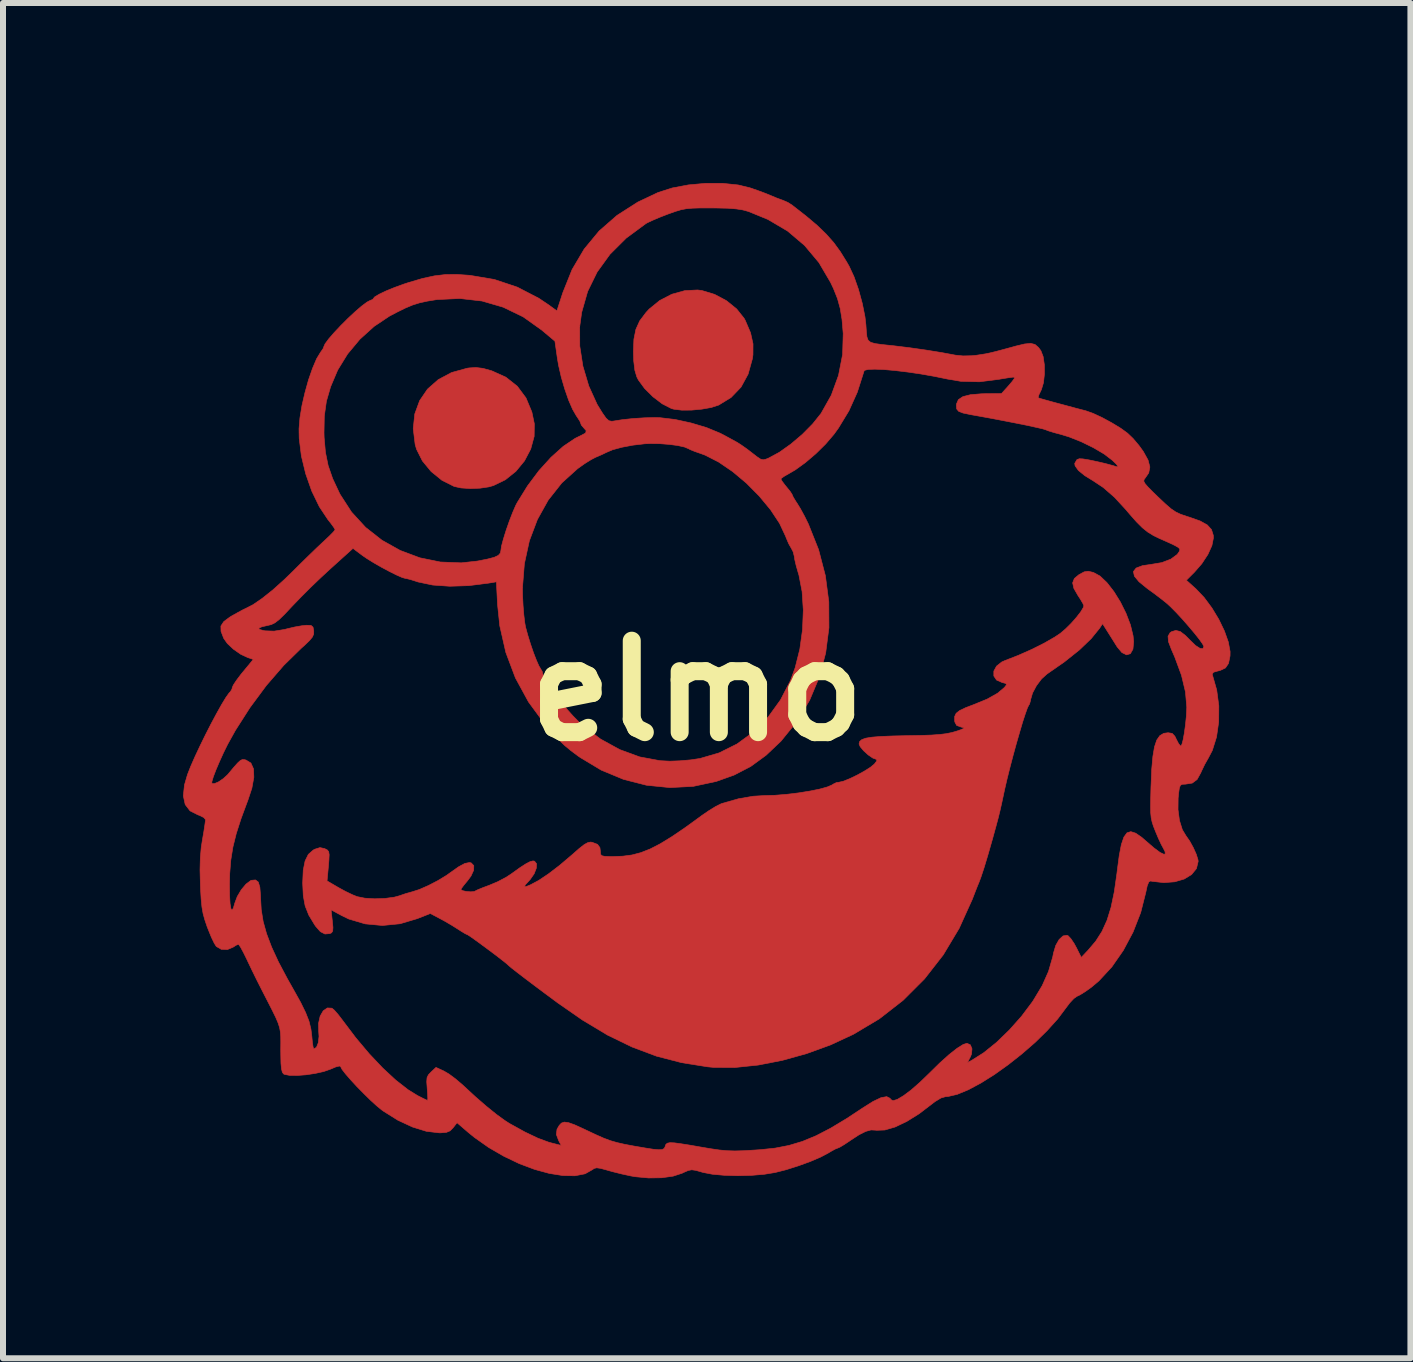
<source format=kicad_pcb>
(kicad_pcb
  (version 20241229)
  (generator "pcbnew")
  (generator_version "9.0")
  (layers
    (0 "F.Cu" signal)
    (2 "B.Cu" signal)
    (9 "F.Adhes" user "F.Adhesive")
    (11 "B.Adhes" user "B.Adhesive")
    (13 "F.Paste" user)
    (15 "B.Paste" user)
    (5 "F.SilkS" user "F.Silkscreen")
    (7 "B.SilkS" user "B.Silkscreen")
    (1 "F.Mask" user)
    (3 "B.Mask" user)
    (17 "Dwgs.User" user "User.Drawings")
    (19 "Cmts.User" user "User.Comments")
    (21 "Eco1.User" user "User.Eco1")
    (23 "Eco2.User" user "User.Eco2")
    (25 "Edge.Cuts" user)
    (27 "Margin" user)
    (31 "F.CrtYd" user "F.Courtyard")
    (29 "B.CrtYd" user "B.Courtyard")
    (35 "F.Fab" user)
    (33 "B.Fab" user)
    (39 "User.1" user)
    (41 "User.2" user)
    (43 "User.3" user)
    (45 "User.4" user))
  (footprint "elmo"
    (layer "F.Cu")
    (at 8.566 8.461)
    (property "Reference" "elmo" (at 0 0 0) (layer "F.SilkS") (effects (font (size 1.524 1.524) (thickness 0.3))))
    (attr through_hole)
    (fp_poly (pts (xy -3.569 -5.373) (xy -3.422 -5.332) (xy -3.422 -5.332) (xy -3.187 -5.226) (xy -2.996 -5.075) (xy -2.851 -4.88) (xy -2.753 -4.645) (xy -2.712 -4.449) (xy -2.715 -4.239) (xy -2.772 -4.029) (xy -2.876 -3.831) (xy -3.02 -3.656) (xy -3.195 -3.516) (xy -3.393 -3.42) (xy -3.469 -3.398) (xy -3.617 -3.376) (xy -3.78 -3.37) (xy -3.933 -3.38) (xy -4.048 -3.405) (xy -4.251 -3.507) (xy -4.431 -3.653) (xy -4.577 -3.83) (xy -4.675 -4.025) (xy -4.698 -4.105) (xy -4.73 -4.369) (xy -4.704 -4.614) (xy -4.623 -4.835) (xy -4.492 -5.027) (xy -4.313 -5.185) (xy -4.092 -5.303) (xy -3.832 -5.375) (xy -3.798 -5.38) (xy -3.685 -5.387) (xy -3.569 -5.373)) (stroke (width 0.01) (type solid)) (fill yes) (layer "F.Cu"))
    (fp_poly (pts (xy 0.08 -6.67) (xy 0.291 -6.606) (xy 0.49 -6.5) (xy 0.659 -6.363) (xy 0.784 -6.206) (xy 0.804 -6.169) (xy 0.891 -5.965) (xy 0.932 -5.781) (xy 0.931 -5.599) (xy 0.922 -5.534) (xy 0.85 -5.276) (xy 0.732 -5.06) (xy 0.567 -4.888) (xy 0.36 -4.761) (xy 0.237 -4.721) (xy 0.079 -4.693) (xy -0.091 -4.677) (xy -0.254 -4.676) (xy -0.386 -4.692) (xy -0.429 -4.704) (xy -0.581 -4.782) (xy -0.735 -4.899) (xy -0.874 -5.037) (xy -0.978 -5.179) (xy -1.004 -5.23) (xy -1.037 -5.34) (xy -1.056 -5.497) (xy -1.061 -5.652) (xy -1.053 -5.858) (xy -1.02 -6.022) (xy -0.956 -6.164) (xy -0.853 -6.301) (xy -0.799 -6.36) (xy -0.624 -6.503) (xy -0.421 -6.608) (xy -0.205 -6.668) (xy 0.007 -6.679) (xy 0.08 -6.67)) (stroke (width 0.01) (type solid)) (fill yes) (layer "F.Cu"))
    (fp_poly (pts (xy 6.604 -1.972) (xy 6.714 -1.912) (xy 6.83 -1.802) (xy 6.946 -1.653) (xy 7.054 -1.479) (xy 7.148 -1.29) (xy 7.221 -1.099) (xy 7.265 -0.918) (xy 7.275 -0.819) (xy 7.263 -0.693) (xy 7.22 -0.618) (xy 7.156 -0.599) (xy 7.079 -0.637) (xy 7.001 -0.73) (xy 6.931 -0.842) (xy 6.856 -0.961) (xy 6.839 -0.988) (xy 6.757 -1.118) (xy 6.708 -1.043) (xy 6.568 -0.87) (xy 6.371 -0.681) (xy 6.12 -0.481) (xy 5.831 -0.28) (xy 5.74 -0.198) (xy 5.655 -0.085) (xy 5.59 0.037) (xy 5.558 0.146) (xy 5.557 0.16) (xy 5.539 0.223) (xy 5.527 0.24) (xy 5.505 0.285) (xy 5.47 0.382) (xy 5.425 0.52) (xy 5.375 0.69) (xy 5.32 0.88) (xy 5.265 1.081) (xy 5.212 1.283) (xy 5.164 1.475) (xy 5.124 1.648) (xy 5.107 1.728) (xy 5.076 1.873) (xy 5.048 1.997) (xy 5.018 2.119) (xy 4.98 2.261) (xy 4.93 2.442) (xy 4.925 2.461) (xy 4.847 2.733) (xy 4.782 2.949) (xy 4.73 3.106) (xy 4.698 3.191) (xy 4.673 3.251) (xy 4.634 3.35) (xy 4.589 3.467) (xy 4.585 3.477) (xy 4.367 3.959) (xy 4.102 4.401) (xy 3.79 4.801) (xy 3.434 5.157) (xy 3.036 5.467) (xy 2.603 5.725) (xy 2.224 5.901) (xy 1.825 6.046) (xy 1.419 6.159) (xy 1.018 6.237) (xy 0.634 6.277) (xy 0.279 6.276) (xy 0.175 6.266) (xy -0.258 6.197) (xy -0.675 6.089) (xy -1.083 5.936) (xy -1.493 5.737) (xy -1.911 5.486) (xy -2.32 5.202) (xy -2.525 5.05) (xy -2.711 4.911) (xy -2.871 4.79) (xy -3 4.691) (xy -3.091 4.62) (xy -3.138 4.58) (xy -3.143 4.575) (xy -3.175 4.546) (xy -3.245 4.491) (xy -3.341 4.416) (xy -3.453 4.332) (xy -3.568 4.247) (xy -3.674 4.169) (xy -3.761 4.107) (xy -3.815 4.071) (xy -3.828 4.064) (xy -3.863 4.048) (xy -3.931 4.007) (xy -3.979 3.976) (xy -4.087 3.908) (xy -4.214 3.834) (xy -4.279 3.799) (xy -4.445 3.711) (xy -4.66 3.796) (xy -4.949 3.882) (xy -5.243 3.911) (xy -5.532 3.884) (xy -5.804 3.803) (xy -5.918 3.748) (xy -6.099 3.65) (xy -6.078 3.838) (xy -6.068 3.944) (xy -6.072 4.003) (xy -6.091 4.033) (xy -6.12 4.046) (xy -6.201 4.053) (xy -6.277 4.014) (xy -6.357 3.923) (xy -6.377 3.893) (xy -6.471 3.737) (xy -6.531 3.585) (xy -6.562 3.417) (xy -6.572 3.211) (xy -6.572 3.198) (xy -6.563 2.991) (xy -6.532 2.836) (xy -6.478 2.726) (xy -6.396 2.654) (xy -6.37 2.64) (xy -6.284 2.613) (xy -6.205 2.63) (xy -6.2 2.633) (xy -6.161 2.653) (xy -6.139 2.681) (xy -6.131 2.731) (xy -6.135 2.818) (xy -6.143 2.919) (xy -6.166 3.168) (xy -5.978 3.278) (xy -5.859 3.343) (xy -5.742 3.399) (xy -5.665 3.43) (xy -5.536 3.456) (xy -5.372 3.466) (xy -5.2 3.46) (xy -5.045 3.439) (xy -4.964 3.417) (xy -4.859 3.381) (xy -4.761 3.353) (xy -4.749 3.35) (xy -4.627 3.311) (xy -4.475 3.244) (xy -4.317 3.162) (xy -4.174 3.075) (xy -4.113 3.031) (xy -3.974 2.933) (xy -3.87 2.877) (xy -3.794 2.862) (xy -3.764 2.868) (xy -3.721 2.913) (xy -3.723 2.99) (xy -3.768 3.088) (xy -3.826 3.166) (xy -3.888 3.241) (xy -3.928 3.295) (xy -3.937 3.311) (xy -3.91 3.33) (xy -3.846 3.344) (xy -3.771 3.35) (xy -3.714 3.345) (xy -3.702 3.339) (xy -3.656 3.316) (xy -3.568 3.28) (xy -3.461 3.24) (xy -3.323 3.182) (xy -3.181 3.107) (xy -3.096 3.051) (xy -2.954 2.949) (xy -2.852 2.883) (xy -2.781 2.846) (xy -2.733 2.835) (xy -2.708 2.84) (xy -2.675 2.882) (xy -2.679 2.956) (xy -2.715 3.049) (xy -2.78 3.143) (xy -2.801 3.166) (xy -2.863 3.235) (xy -2.877 3.265) (xy -2.84 3.259) (xy -2.772 3.231) (xy -2.639 3.16) (xy -2.475 3.05) (xy -2.292 2.91) (xy -2.101 2.748) (xy -2.081 2.731) (xy -1.964 2.628) (xy -1.881 2.563) (xy -1.821 2.53) (xy -1.775 2.521) (xy -1.748 2.525) (xy -1.659 2.559) (xy -1.619 2.614) (xy -1.611 2.68) (xy -1.608 2.724) (xy -1.589 2.748) (xy -1.54 2.759) (xy -1.446 2.762) (xy -1.4 2.762) (xy -1.237 2.756) (xy -1.086 2.736) (xy -0.937 2.697) (xy -0.782 2.636) (xy -0.613 2.549) (xy -0.422 2.432) (xy -0.2 2.281) (xy 0.061 2.092) (xy 0.079 2.078) (xy 0.196 1.998) (xy 0.308 1.929) (xy 0.396 1.885) (xy 0.413 1.878) (xy 0.691 1.799) (xy 0.935 1.757) (xy 1.122 1.746) (xy 1.302 1.741) (xy 1.497 1.725) (xy 1.694 1.701) (xy 1.88 1.671) (xy 2.043 1.638) (xy 2.172 1.602) (xy 2.253 1.567) (xy 2.267 1.556) (xy 2.323 1.529) (xy 2.364 1.524) (xy 2.434 1.508) (xy 2.54 1.466) (xy 2.663 1.407) (xy 2.785 1.34) (xy 2.888 1.275) (xy 2.953 1.222) (xy 2.994 1.169) (xy 2.992 1.144) (xy 2.987 1.143) (xy 2.928 1.121) (xy 2.851 1.068) (xy 2.775 0.999) (xy 2.718 0.931) (xy 2.699 0.886) (xy 2.709 0.845) (xy 2.744 0.814) (xy 2.809 0.79) (xy 2.913 0.773) (xy 3.061 0.761) (xy 3.26 0.753) (xy 3.493 0.748) (xy 3.724 0.744) (xy 3.904 0.738) (xy 4.042 0.728) (xy 4.15 0.715) (xy 4.239 0.697) (xy 4.301 0.68) (xy 4.4 0.647) (xy 4.445 0.626) (xy 4.442 0.614) (xy 4.398 0.604) (xy 4.396 0.603) (xy 4.325 0.577) (xy 4.295 0.52) (xy 4.292 0.498) (xy 4.292 0.429) (xy 4.317 0.375) (xy 4.377 0.328) (xy 4.481 0.279) (xy 4.598 0.235) (xy 4.833 0.139) (xy 5.007 0.041) (xy 5.121 -0.055) (xy 5.156 -0.1) (xy 5.145 -0.122) (xy 5.083 -0.138) (xy 4.99 -0.179) (xy 4.945 -0.247) (xy 4.945 -0.328) (xy 4.99 -0.411) (xy 5.077 -0.48) (xy 5.133 -0.505) (xy 5.352 -0.59) (xy 5.575 -0.689) (xy 5.783 -0.793) (xy 5.959 -0.894) (xy 6.052 -0.956) (xy 6.139 -1.03) (xy 6.233 -1.123) (xy 6.322 -1.224) (xy 6.394 -1.317) (xy 6.437 -1.389) (xy 6.445 -1.417) (xy 6.428 -1.457) (xy 6.385 -1.53) (xy 6.349 -1.584) (xy 6.279 -1.706) (xy 6.258 -1.798) (xy 6.287 -1.872) (xy 6.367 -1.938) (xy 6.369 -1.938) (xy 6.451 -1.982) (xy 6.518 -1.992) (xy 6.604 -1.972)) (stroke (width 0.01) (type solid)) (fill yes) (layer "F.Cu"))
    (fp_poly (pts (xy 0.424 -8.456) (xy 0.685 -8.429) (xy 0.882 -8.381) (xy 1.012 -8.336) (xy 1.139 -8.289) (xy 1.222 -8.255) (xy 1.322 -8.213) (xy 1.411 -8.18) (xy 1.429 -8.174) (xy 1.514 -8.137) (xy 1.587 -8.09) (xy 1.816 -7.911) (xy 2.001 -7.755) (xy 2.151 -7.61) (xy 2.277 -7.468) (xy 2.387 -7.317) (xy 2.493 -7.146) (xy 2.534 -7.074) (xy 2.615 -6.9) (xy 2.69 -6.686) (xy 2.753 -6.455) (xy 2.798 -6.231) (xy 2.813 -6.099) (xy 2.821 -5.981) (xy 2.83 -5.897) (xy 2.85 -5.842) (xy 2.892 -5.807) (xy 2.964 -5.786) (xy 3.077 -5.77) (xy 3.241 -5.753) (xy 3.286 -5.748) (xy 3.539 -5.717) (xy 3.813 -5.678) (xy 4.079 -5.635) (xy 4.31 -5.592) (xy 4.314 -5.592) (xy 4.431 -5.58) (xy 4.573 -5.583) (xy 4.647 -5.59) (xy 4.733 -5.603) (xy 4.808 -5.615) (xy 4.885 -5.631) (xy 4.979 -5.654) (xy 5.103 -5.687) (xy 5.272 -5.733) (xy 5.311 -5.744) (xy 5.457 -5.779) (xy 5.559 -5.789) (xy 5.631 -5.771) (xy 5.689 -5.721) (xy 5.729 -5.667) (xy 5.767 -5.568) (xy 5.787 -5.431) (xy 5.788 -5.278) (xy 5.772 -5.133) (xy 5.737 -5.017) (xy 5.731 -5.005) (xy 5.696 -4.932) (xy 5.683 -4.887) (xy 5.685 -4.882) (xy 5.72 -4.87) (xy 5.809 -4.845) (xy 5.942 -4.808) (xy 6.111 -4.763) (xy 6.307 -4.71) (xy 6.477 -4.666) (xy 6.598 -4.623) (xy 6.749 -4.553) (xy 6.909 -4.466) (xy 7.059 -4.375) (xy 7.172 -4.293) (xy 7.264 -4.205) (xy 7.363 -4.088) (xy 7.436 -3.987) (xy 7.515 -3.844) (xy 7.545 -3.729) (xy 7.526 -3.63) (xy 7.469 -3.547) (xy 7.448 -3.519) (xy 7.444 -3.491) (xy 7.464 -3.453) (xy 7.513 -3.396) (xy 7.597 -3.311) (xy 7.684 -3.227) (xy 7.804 -3.114) (xy 7.895 -3.035) (xy 7.974 -2.981) (xy 8.056 -2.942) (xy 8.158 -2.907) (xy 8.207 -2.892) (xy 8.382 -2.83) (xy 8.501 -2.764) (xy 8.572 -2.686) (xy 8.602 -2.59) (xy 8.604 -2.546) (xy 8.579 -2.42) (xy 8.512 -2.272) (xy 8.41 -2.117) (xy 8.287 -1.976) (xy 8.153 -1.842) (xy 8.313 -1.698) (xy 8.45 -1.554) (xy 8.579 -1.38) (xy 8.694 -1.19) (xy 8.787 -0.997) (xy 8.852 -0.814) (xy 8.882 -0.654) (xy 8.881 -0.581) (xy 8.856 -0.457) (xy 8.805 -0.381) (xy 8.719 -0.34) (xy 8.679 -0.33) (xy 8.605 -0.309) (xy 8.584 -0.278) (xy 8.589 -0.258) (xy 8.659 -0.012) (xy 8.694 0.251) (xy 8.692 0.517) (xy 8.656 0.77) (xy 8.586 0.993) (xy 8.522 1.116) (xy 8.459 1.227) (xy 8.402 1.346) (xy 8.394 1.366) (xy 8.332 1.478) (xy 8.252 1.538) (xy 8.137 1.556) (xy 8.133 1.556) (xy 8.084 1.558) (xy 8.055 1.574) (xy 8.037 1.616) (xy 8.025 1.699) (xy 8.016 1.791) (xy 8.014 1.98) (xy 8.038 2.161) (xy 8.086 2.315) (xy 8.145 2.413) (xy 8.207 2.502) (xy 8.269 2.614) (xy 8.319 2.726) (xy 8.347 2.817) (xy 8.35 2.843) (xy 8.321 2.963) (xy 8.24 3.062) (xy 8.117 3.137) (xy 7.959 3.183) (xy 7.778 3.197) (xy 7.581 3.175) (xy 7.558 3.169) (xy 7.528 3.184) (xy 7.501 3.249) (xy 7.476 3.365) (xy 7.392 3.696) (xy 7.265 4.021) (xy 7.102 4.327) (xy 6.91 4.603) (xy 6.695 4.835) (xy 6.569 4.941) (xy 6.471 5.011) (xy 6.383 5.066) (xy 6.329 5.092) (xy 6.277 5.129) (xy 6.208 5.203) (xy 6.151 5.279) (xy 6.009 5.468) (xy 5.832 5.664) (xy 5.631 5.861) (xy 5.411 6.052) (xy 5.183 6.232) (xy 4.953 6.396) (xy 4.73 6.536) (xy 4.521 6.648) (xy 4.335 6.725) (xy 4.18 6.761) (xy 4.142 6.763) (xy 4.065 6.785) (xy 3.964 6.846) (xy 3.911 6.887) (xy 3.699 7.049) (xy 3.493 7.177) (xy 3.3 7.269) (xy 3.129 7.319) (xy 2.99 7.324) (xy 2.978 7.322) (xy 2.899 7.318) (xy 2.811 7.342) (xy 2.701 7.397) (xy 2.558 7.49) (xy 2.543 7.501) (xy 2.451 7.562) (xy 2.379 7.605) (xy 2.344 7.62) (xy 2.303 7.636) (xy 2.23 7.676) (xy 2.189 7.701) (xy 2.059 7.77) (xy 1.886 7.844) (xy 1.688 7.916) (xy 1.483 7.981) (xy 1.302 8.027) (xy 1.119 8.057) (xy 0.904 8.075) (xy 0.676 8.081) (xy 0.454 8.074) (xy 0.255 8.056) (xy 0.098 8.026) (xy 0.085 8.022) (xy -0.019 7.992) (xy -0.089 7.982) (xy -0.149 7.994) (xy -0.225 8.027) (xy -0.249 8.039) (xy -0.399 8.088) (xy -0.591 8.115) (xy -0.809 8.118) (xy -1.034 8.097) (xy -1.111 8.083) (xy -1.258 8.051) (xy -1.414 8.012) (xy -1.502 7.987) (xy -1.609 7.958) (xy -1.674 7.949) (xy -1.716 7.96) (xy -1.741 7.978) (xy -1.867 8.049) (xy -2.036 8.082) (xy -2.237 8.078) (xy -2.464 8.042) (xy -2.709 7.975) (xy -2.964 7.879) (xy -3.221 7.756) (xy -3.473 7.61) (xy -3.711 7.442) (xy -3.818 7.355) (xy -4 7.198) (xy -4.066 7.282) (xy -4.116 7.333) (xy -4.177 7.358) (xy -4.271 7.366) (xy -4.299 7.366) (xy -4.51 7.341) (xy -4.743 7.269) (xy -4.986 7.156) (xy -5.224 7.007) (xy -5.256 6.984) (xy -5.34 6.915) (xy -5.443 6.821) (xy -5.556 6.71) (xy -5.67 6.594) (xy -5.774 6.481) (xy -5.859 6.383) (xy -5.917 6.308) (xy -5.937 6.268) (xy -5.957 6.252) (xy -6.021 6.268) (xy -6.111 6.306) (xy -6.223 6.345) (xy -6.363 6.376) (xy -6.515 6.399) (xy -6.662 6.41) (xy -6.787 6.409) (xy -6.873 6.393) (xy -6.89 6.385) (xy -6.911 6.357) (xy -6.925 6.302) (xy -6.934 6.208) (xy -6.937 6.067) (xy -6.938 5.978) (xy -6.937 5.856) (xy -6.938 5.762) (xy -6.944 5.684) (xy -6.957 5.612) (xy -6.982 5.535) (xy -7.021 5.443) (xy -7.079 5.325) (xy -7.158 5.17) (xy -7.253 4.985) (xy -7.333 4.827) (xy -7.418 4.654) (xy -7.493 4.497) (xy -7.506 4.469) (xy -7.561 4.358) (xy -7.607 4.273) (xy -7.638 4.228) (xy -7.644 4.224) (xy -7.685 4.242) (xy -7.729 4.271) (xy -7.826 4.312) (xy -7.929 4.308) (xy -8.012 4.26) (xy -8.012 4.26) (xy -8.047 4.204) (xy -8.094 4.106) (xy -8.144 3.983) (xy -8.163 3.935) (xy -8.203 3.817) (xy -8.232 3.712) (xy -8.251 3.603) (xy -8.264 3.473) (xy -8.274 3.304) (xy -8.277 3.223) (xy -8.283 2.985) (xy -8.278 2.788) (xy -8.263 2.614) (xy -8.243 2.484) (xy -8.22 2.351) (xy -8.203 2.24) (xy -8.193 2.166) (xy -8.191 2.148) (xy -8.219 2.113) (xy -8.288 2.078) (xy -8.319 2.067) (xy -8.449 2.001) (xy -8.53 1.895) (xy -8.561 1.751) (xy -8.542 1.568) (xy -8.535 1.545) (xy -8.086 1.545) (xy -8.043 1.547) (xy -7.973 1.517) (xy -7.894 1.463) (xy -7.823 1.398) (xy -7.816 1.39) (xy -7.721 1.276) (xy -7.656 1.203) (xy -7.611 1.162) (xy -7.578 1.146) (xy -7.545 1.147) (xy -7.517 1.154) (xy -7.435 1.204) (xy -7.391 1.302) (xy -7.386 1.442) (xy -7.419 1.624) (xy -7.491 1.841) (xy -7.492 1.841) (xy -7.599 2.13) (xy -7.679 2.379) (xy -7.735 2.604) (xy -7.77 2.821) (xy -7.788 3.046) (xy -7.792 3.223) (xy -7.79 3.412) (xy -7.782 3.548) (xy -7.768 3.63) (xy -7.75 3.655) (xy -7.727 3.621) (xy -7.704 3.54) (xy -7.662 3.428) (xy -7.595 3.315) (xy -7.516 3.221) (xy -7.439 3.163) (xy -7.427 3.158) (xy -7.358 3.152) (xy -7.312 3.187) (xy -7.286 3.272) (xy -7.275 3.411) (xy -7.274 3.445) (xy -7.263 3.646) (xy -7.231 3.844) (xy -7.174 4.049) (xy -7.09 4.271) (xy -6.976 4.518) (xy -6.827 4.799) (xy -6.722 4.985) (xy -6.606 5.193) (xy -6.523 5.363) (xy -6.467 5.506) (xy -6.435 5.635) (xy -6.42 5.755) (xy -6.41 5.862) (xy -6.398 5.939) (xy -6.386 5.969) (xy -6.386 5.969) (xy -6.342 5.94) (xy -6.312 5.865) (xy -6.3 5.76) (xy -6.305 5.683) (xy -6.308 5.542) (xy -6.281 5.422) (xy -6.23 5.333) (xy -6.161 5.285) (xy -6.085 5.289) (xy -6.045 5.322) (xy -5.982 5.394) (xy -5.909 5.489) (xy -5.9 5.501) (xy -5.686 5.784) (xy -5.463 6.049) (xy -5.239 6.286) (xy -5.021 6.488) (xy -4.816 6.648) (xy -4.657 6.746) (xy -4.57 6.79) (xy -4.509 6.819) (xy -4.491 6.826) (xy -4.487 6.797) (xy -4.49 6.722) (xy -4.497 6.628) (xy -4.505 6.516) (xy -4.5 6.447) (xy -4.477 6.399) (xy -4.433 6.353) (xy -4.351 6.276) (xy -4.22 6.336) (xy -4.136 6.385) (xy -4.027 6.466) (xy -3.914 6.562) (xy -3.878 6.595) (xy -3.694 6.765) (xy -3.513 6.922) (xy -3.345 7.058) (xy -3.202 7.162) (xy -3.127 7.21) (xy -2.868 7.353) (xy -2.652 7.456) (xy -2.476 7.521) (xy -2.437 7.532) (xy -2.264 7.576) (xy -2.307 7.495) (xy -2.345 7.393) (xy -2.334 7.306) (xy -2.298 7.244) (xy -2.261 7.204) (xy -2.213 7.187) (xy -2.143 7.196) (xy -2.042 7.232) (xy -1.899 7.297) (xy -1.857 7.317) (xy -1.687 7.397) (xy -1.556 7.455) (xy -1.443 7.497) (xy -1.332 7.529) (xy -1.204 7.558) (xy -1.049 7.587) (xy -0.862 7.619) (xy -0.728 7.64) (xy -0.637 7.648) (xy -0.581 7.644) (xy -0.549 7.627) (xy -0.533 7.598) (xy -0.531 7.588) (xy -0.519 7.558) (xy -0.495 7.539) (xy -0.452 7.53) (xy -0.379 7.533) (xy -0.268 7.548) (xy -0.109 7.573) (xy 0.032 7.598) (xy 0.22 7.63) (xy 0.37 7.652) (xy 0.5 7.664) (xy 0.629 7.668) (xy 0.775 7.664) (xy 0.959 7.653) (xy 1.052 7.647) (xy 1.3 7.621) (xy 1.531 7.576) (xy 1.755 7.509) (xy 1.984 7.414) (xy 2.227 7.288) (xy 2.496 7.126) (xy 2.755 6.955) (xy 2.931 6.844) (xy 3.065 6.78) (xy 3.16 6.763) (xy 3.216 6.791) (xy 3.227 6.81) (xy 3.264 6.831) (xy 3.337 6.809) (xy 3.441 6.747) (xy 3.57 6.65) (xy 3.717 6.521) (xy 3.869 6.374) (xy 4.044 6.202) (xy 4.2 6.062) (xy 4.332 5.958) (xy 4.434 5.894) (xy 4.497 5.874) (xy 4.554 5.9) (xy 4.581 5.966) (xy 4.573 6.053) (xy 4.555 6.098) (xy 4.505 6.196) (xy 4.578 6.157) (xy 4.777 6.031) (xy 4.99 5.859) (xy 5.203 5.653) (xy 5.405 5.426) (xy 5.583 5.189) (xy 5.601 5.163) (xy 5.751 4.913) (xy 5.856 4.677) (xy 5.927 4.432) (xy 5.939 4.37) (xy 5.977 4.243) (xy 6.033 4.145) (xy 6.098 4.085) (xy 6.164 4.075) (xy 6.184 4.083) (xy 6.228 4.13) (xy 6.284 4.213) (xy 6.321 4.281) (xy 6.402 4.443) (xy 6.514 4.325) (xy 6.643 4.173) (xy 6.747 4.01) (xy 6.831 3.825) (xy 6.898 3.609) (xy 6.952 3.352) (xy 6.996 3.044) (xy 7.003 2.985) (xy 7.035 2.743) (xy 7.07 2.562) (xy 7.112 2.438) (xy 7.164 2.367) (xy 7.228 2.347) (xy 7.309 2.373) (xy 7.409 2.442) (xy 7.472 2.497) (xy 7.614 2.619) (xy 7.715 2.694) (xy 7.778 2.724) (xy 7.8 2.72) (xy 7.799 2.683) (xy 7.771 2.627) (xy 7.735 2.561) (xy 7.687 2.458) (xy 7.637 2.339) (xy 7.636 2.336) (xy 7.604 2.255) (xy 7.582 2.186) (xy 7.567 2.117) (xy 7.559 2.035) (xy 7.557 1.927) (xy 7.559 1.782) (xy 7.564 1.586) (xy 7.565 1.575) (xy 7.576 1.306) (xy 7.595 1.095) (xy 7.622 0.935) (xy 7.66 0.821) (xy 7.711 0.748) (xy 7.776 0.709) (xy 7.849 0.699) (xy 7.917 0.71) (xy 7.962 0.758) (xy 7.987 0.81) (xy 8.024 0.881) (xy 8.056 0.919) (xy 8.061 0.921) (xy 8.079 0.892) (xy 8.1 0.814) (xy 8.12 0.702) (xy 8.138 0.57) (xy 8.152 0.434) (xy 8.159 0.307) (xy 8.16 0.271) (xy 8.138 0.018) (xy 8.072 -0.258) (xy 7.959 -0.564) (xy 7.904 -0.69) (xy 7.855 -0.819) (xy 7.848 -0.909) (xy 7.882 -0.968) (xy 7.907 -0.985) (xy 7.978 -1.006) (xy 8.052 -0.987) (xy 8.137 -0.922) (xy 8.217 -0.841) (xy 8.307 -0.754) (xy 8.38 -0.707) (xy 8.429 -0.701) (xy 8.445 -0.738) (xy 8.424 -0.78) (xy 8.369 -0.858) (xy 8.288 -0.96) (xy 8.191 -1.075) (xy 8.087 -1.194) (xy 7.984 -1.305) (xy 7.893 -1.397) (xy 7.834 -1.452) (xy 7.738 -1.529) (xy 7.617 -1.621) (xy 7.501 -1.705) (xy 7.364 -1.817) (xy 7.287 -1.91) (xy 7.271 -1.987) (xy 7.316 -2.045) (xy 7.421 -2.085) (xy 7.558 -2.105) (xy 7.744 -2.136) (xy 7.895 -2.194) (xy 8.001 -2.272) (xy 8.032 -2.316) (xy 8.044 -2.343) (xy 8.042 -2.365) (xy 8.018 -2.389) (xy 7.962 -2.421) (xy 7.865 -2.467) (xy 7.719 -2.532) (xy 7.715 -2.533) (xy 7.604 -2.587) (xy 7.51 -2.645) (xy 7.42 -2.717) (xy 7.322 -2.815) (xy 7.204 -2.949) (xy 7.144 -3.02) (xy 6.956 -3.224) (xy 6.769 -3.387) (xy 6.605 -3.496) (xy 6.459 -3.586) (xy 6.354 -3.672) (xy 6.299 -3.749) (xy 6.293 -3.789) (xy 6.329 -3.851) (xy 6.37 -3.867) (xy 6.429 -3.864) (xy 6.532 -3.847) (xy 6.661 -3.82) (xy 6.799 -3.788) (xy 6.929 -3.753) (xy 7.001 -3.731) (xy 7.015 -3.738) (xy 6.985 -3.778) (xy 6.921 -3.84) (xy 6.784 -3.945) (xy 6.604 -4.051) (xy 6.402 -4.15) (xy 6.198 -4.231) (xy 6.064 -4.272) (xy 5.95 -4.302) (xy 5.856 -4.331) (xy 5.807 -4.35) (xy 5.759 -4.365) (xy 5.658 -4.388) (xy 5.514 -4.42) (xy 5.335 -4.456) (xy 5.131 -4.496) (xy 4.912 -4.538) (xy 4.686 -4.579) (xy 4.558 -4.602) (xy 4.433 -4.628) (xy 4.36 -4.656) (xy 4.326 -4.696) (xy 4.321 -4.756) (xy 4.323 -4.78) (xy 4.354 -4.851) (xy 4.43 -4.902) (xy 4.556 -4.934) (xy 4.737 -4.949) (xy 4.814 -4.951) (xy 5.073 -4.953) (xy 5.19 -5.083) (xy 5.252 -5.156) (xy 5.289 -5.208) (xy 5.295 -5.225) (xy 5.26 -5.226) (xy 5.178 -5.215) (xy 5.067 -5.197) (xy 5.035 -5.191) (xy 4.705 -5.149) (xy 4.395 -5.157) (xy 4.175 -5.194) (xy 3.951 -5.24) (xy 3.724 -5.28) (xy 3.503 -5.312) (xy 3.296 -5.337) (xy 3.113 -5.353) (xy 2.962 -5.359) (xy 2.852 -5.355) (xy 2.791 -5.34) (xy 2.783 -5.33) (xy 2.67 -4.976) (xy 2.53 -4.665) (xy 2.355 -4.377) (xy 2.279 -4.272) (xy 2.143 -4.113) (xy 1.98 -3.952) (xy 1.804 -3.802) (xy 1.635 -3.68) (xy 1.532 -3.62) (xy 1.453 -3.575) (xy 1.404 -3.54) (xy 1.397 -3.529) (xy 1.416 -3.493) (xy 1.464 -3.429) (xy 1.491 -3.396) (xy 1.548 -3.326) (xy 1.582 -3.275) (xy 1.586 -3.264) (xy 1.603 -3.226) (xy 1.645 -3.157) (xy 1.669 -3.121) (xy 1.724 -3.031) (xy 1.791 -2.908) (xy 1.854 -2.78) (xy 1.855 -2.778) (xy 2.025 -2.351) (xy 2.138 -1.917) (xy 2.195 -1.482) (xy 2.197 -1.051) (xy 2.143 -0.631) (xy 2.036 -0.226) (xy 1.875 0.158) (xy 1.661 0.515) (xy 1.399 0.838) (xy 1.149 1.075) (xy 0.894 1.261) (xy 0.616 1.405) (xy 0.318 1.511) (xy -0.065 1.593) (xy -0.454 1.613) (xy -0.843 1.574) (xy -1.226 1.476) (xy -1.597 1.322) (xy -1.948 1.111) (xy -1.983 1.087) (xy -2.106 0.995) (xy -2.208 0.91) (xy -2.304 0.817) (xy -2.41 0.702) (xy -2.537 0.556) (xy -2.809 0.186) (xy -3.027 -0.214) (xy -3.187 -0.639) (xy -3.288 -1.083) (xy -3.325 -1.438) (xy -3.339 -1.715) (xy -2.91 -1.715) (xy -2.908 -1.587) (xy -2.9 -1.423) (xy -2.887 -1.264) (xy -2.871 -1.132) (xy -2.859 -1.064) (xy -2.821 -0.926) (xy -2.775 -0.777) (xy -2.725 -0.631) (xy -2.676 -0.505) (xy -2.635 -0.413) (xy -2.614 -0.379) (xy -2.579 -0.318) (xy -2.572 -0.287) (xy -2.551 -0.223) (xy -2.495 -0.123) (xy -2.41 0.001) (xy -2.306 0.139) (xy -2.191 0.281) (xy -2.072 0.415) (xy -1.958 0.531) (xy -1.914 0.572) (xy -1.611 0.803) (xy -1.289 0.98) (xy -0.956 1.102) (xy -0.617 1.165) (xy -0.455 1.173) (xy -0.288 1.167) (xy -0.104 1.151) (xy 0.049 1.128) (xy 0.367 1.035) (xy 0.666 0.886) (xy 0.94 0.686) (xy 1.183 0.439) (xy 1.39 0.152) (xy 1.556 -0.17) (xy 1.634 -0.384) (xy 1.712 -0.693) (xy 1.757 -1.019) (xy 1.77 -1.344) (xy 1.75 -1.653) (xy 1.697 -1.928) (xy 1.684 -1.971) (xy 1.651 -2.086) (xy 1.628 -2.184) (xy 1.62 -2.239) (xy 1.601 -2.315) (xy 1.571 -2.373) (xy 1.528 -2.448) (xy 1.485 -2.548) (xy 1.477 -2.571) (xy 1.375 -2.789) (xy 1.224 -3.017) (xy 1.036 -3.244) (xy 0.822 -3.46) (xy 0.593 -3.652) (xy 0.36 -3.811) (xy 0.135 -3.926) (xy 0.062 -3.953) (xy -0.039 -3.988) (xy -0.115 -4.019) (xy -0.143 -4.034) (xy -0.21 -4.062) (xy -0.323 -4.087) (xy -0.467 -4.106) (xy -0.625 -4.118) (xy -0.779 -4.12) (xy -0.871 -4.116) (xy -1.069 -4.093) (xy -1.254 -4.058) (xy -1.409 -4.016) (xy -1.512 -3.972) (xy -1.582 -3.938) (xy -1.673 -3.898) (xy -1.683 -3.895) (xy -1.764 -3.853) (xy -1.872 -3.786) (xy -1.983 -3.707) (xy -1.988 -3.704) (xy -2.255 -3.463) (xy -2.481 -3.177) (xy -2.661 -2.854) (xy -2.795 -2.499) (xy -2.878 -2.117) (xy -2.91 -1.715) (xy -3.339 -1.715) (xy -3.344 -1.816) (xy -3.474 -1.794) (xy -3.806 -1.752) (xy -4.12 -1.742) (xy -4.406 -1.762) (xy -4.649 -1.813) (xy -4.685 -1.825) (xy -4.777 -1.854) (xy -4.846 -1.871) (xy -4.863 -1.873) (xy -4.917 -1.889) (xy -5.01 -1.93) (xy -5.13 -1.99) (xy -5.261 -2.06) (xy -5.39 -2.134) (xy -5.503 -2.204) (xy -5.573 -2.252) (xy -5.734 -2.373) (xy -6.113 -2.031) (xy -6.271 -1.885) (xy -6.438 -1.725) (xy -6.596 -1.567) (xy -6.728 -1.43) (xy -6.756 -1.401) (xy -6.876 -1.273) (xy -6.966 -1.186) (xy -7.036 -1.132) (xy -7.096 -1.103) (xy -7.137 -1.093) (xy -7.251 -1.067) (xy -7.303 -1.044) (xy -7.292 -1.022) (xy -7.217 -1.002) (xy -7.196 -0.999) (xy -7.047 -0.994) (xy -6.874 -1.022) (xy -6.832 -1.033) (xy -6.705 -1.063) (xy -6.585 -1.084) (xy -6.509 -1.092) (xy -6.433 -1.089) (xy -6.4 -1.061) (xy -6.388 -0.999) (xy -6.389 -0.946) (xy -6.41 -0.896) (xy -6.459 -0.837) (xy -6.545 -0.754) (xy -6.592 -0.713) (xy -6.887 -0.424) (xy -7.178 -0.088) (xy -7.45 0.279) (xy -7.693 0.659) (xy -7.823 0.893) (xy -7.894 1.037) (xy -7.96 1.183) (xy -8.018 1.319) (xy -8.061 1.432) (xy -8.085 1.512) (xy -8.086 1.545) (xy -8.535 1.545) (xy -8.492 1.397) (xy -8.439 1.262) (xy -8.368 1.1) (xy -8.284 0.921) (xy -8.193 0.735) (xy -8.099 0.551) (xy -8.007 0.379) (xy -7.923 0.229) (xy -7.852 0.112) (xy -7.798 0.036) (xy -7.776 0.014) (xy -7.75 -0.03) (xy -7.747 -0.05) (xy -7.728 -0.095) (xy -7.677 -0.173) (xy -7.603 -0.271) (xy -7.571 -0.31) (xy -7.395 -0.523) (xy -7.484 -0.552) (xy -7.604 -0.608) (xy -7.726 -0.693) (xy -7.829 -0.79) (xy -7.888 -0.874) (xy -7.933 -0.991) (xy -7.935 -1.079) (xy -7.887 -1.153) (xy -7.786 -1.228) (xy -7.755 -1.247) (xy -7.653 -1.304) (xy -7.568 -1.35) (xy -7.522 -1.372) (xy -7.399 -1.435) (xy -7.245 -1.541) (xy -7.068 -1.682) (xy -6.877 -1.854) (xy -6.745 -1.982) (xy -6.606 -2.12) (xy -6.467 -2.256) (xy -6.34 -2.379) (xy -6.239 -2.474) (xy -6.213 -2.498) (xy -6.127 -2.579) (xy -6.063 -2.644) (xy -6.033 -2.681) (xy -6.032 -2.684) (xy -6.051 -2.719) (xy -6.099 -2.786) (xy -6.152 -2.853) (xy -6.295 -3.068) (xy -6.421 -3.328) (xy -6.522 -3.616) (xy -6.594 -3.913) (xy -6.63 -4.204) (xy -6.632 -4.299) (xy -6.217 -4.299) (xy -6.215 -4.223) (xy -6.193 -3.974) (xy -6.148 -3.753) (xy -6.073 -3.536) (xy -5.962 -3.299) (xy -5.947 -3.27) (xy -5.758 -2.978) (xy -5.524 -2.723) (xy -5.25 -2.508) (xy -4.946 -2.338) (xy -4.62 -2.216) (xy -4.278 -2.146) (xy -3.929 -2.132) (xy -3.665 -2.161) (xy -3.496 -2.194) (xy -3.381 -2.224) (xy -3.312 -2.256) (xy -3.278 -2.295) (xy -3.27 -2.333) (xy -3.259 -2.411) (xy -3.227 -2.53) (xy -3.182 -2.674) (xy -3.129 -2.826) (xy -3.073 -2.971) (xy -3.021 -3.091) (xy -2.997 -3.136) (xy -2.826 -3.413) (xy -2.636 -3.667) (xy -2.434 -3.89) (xy -2.23 -4.073) (xy -2.031 -4.207) (xy -1.929 -4.257) (xy -1.858 -4.295) (xy -1.848 -4.335) (xy -1.889 -4.381) (xy -1.929 -4.428) (xy -1.937 -4.451) (xy -1.954 -4.494) (xy -1.998 -4.562) (xy -2.012 -4.582) (xy -2.074 -4.69) (xy -2.141 -4.844) (xy -2.205 -5.028) (xy -2.263 -5.226) (xy -2.308 -5.422) (xy -2.328 -5.54) (xy -2.369 -5.826) (xy -2.589 -6.011) (xy -2.669 -6.068) (xy -1.956 -6.068) (xy -1.955 -5.745) (xy -1.903 -5.409) (xy -1.805 -5.079) (xy -1.666 -4.773) (xy -1.577 -4.628) (xy -1.516 -4.542) (xy -1.469 -4.5) (xy -1.422 -4.491) (xy -1.389 -4.495) (xy -1.244 -4.518) (xy -1.064 -4.537) (xy -0.874 -4.549) (xy -0.703 -4.553) (xy -0.619 -4.551) (xy -0.367 -4.521) (xy -0.101 -4.463) (xy 0.157 -4.386) (xy 0.382 -4.293) (xy 0.445 -4.261) (xy 0.546 -4.206) (xy 0.637 -4.156) (xy 0.667 -4.14) (xy 0.734 -4.097) (xy 0.828 -4.031) (xy 0.905 -3.972) (xy 0.998 -3.9) (xy 1.058 -3.86) (xy 1.103 -3.849) (xy 1.149 -3.86) (xy 1.197 -3.88) (xy 1.372 -3.975) (xy 1.563 -4.111) (xy 1.753 -4.272) (xy 1.925 -4.446) (xy 2.063 -4.618) (xy 2.066 -4.622) (xy 2.236 -4.924) (xy 2.357 -5.256) (xy 2.425 -5.604) (xy 2.435 -5.953) (xy 2.434 -5.964) (xy 2.415 -6.188) (xy 2.385 -6.371) (xy 2.34 -6.535) (xy 2.272 -6.705) (xy 2.224 -6.806) (xy 2.03 -7.136) (xy 1.791 -7.421) (xy 1.508 -7.661) (xy 1.181 -7.854) (xy 0.857 -7.987) (xy 0.762 -8.013) (xy 0.653 -8.03) (xy 0.514 -8.041) (xy 0.331 -8.045) (xy 0.238 -8.046) (xy 0.058 -8.046) (xy -0.075 -8.042) (xy -0.178 -8.033) (xy -0.268 -8.016) (xy -0.361 -7.988) (xy -0.473 -7.948) (xy -0.49 -7.942) (xy -0.624 -7.89) (xy -0.744 -7.839) (xy -0.831 -7.798) (xy -0.855 -7.784) (xy -1.181 -7.543) (xy -1.452 -7.273) (xy -1.666 -6.977) (xy -1.824 -6.654) (xy -1.923 -6.307) (xy -1.956 -6.068) (xy -2.669 -6.068) (xy -2.898 -6.231) (xy -3.231 -6.392) (xy -3.584 -6.495) (xy -3.953 -6.537) (xy -4.336 -6.519) (xy -4.495 -6.493) (xy -4.623 -6.465) (xy -4.739 -6.429) (xy -4.863 -6.377) (xy -5.011 -6.304) (xy -5.128 -6.242) (xy -5.381 -6.073) (xy -5.619 -5.858) (xy -5.825 -5.611) (xy -5.986 -5.349) (xy -5.998 -5.323) (xy -6.107 -5.066) (xy -6.177 -4.825) (xy -6.212 -4.577) (xy -6.217 -4.299) (xy -6.632 -4.299) (xy -6.633 -4.366) (xy -6.618 -4.548) (xy -6.584 -4.754) (xy -6.534 -4.969) (xy -6.475 -5.181) (xy -6.408 -5.373) (xy -6.34 -5.533) (xy -6.272 -5.645) (xy -6.265 -5.654) (xy -6.23 -5.705) (xy -6.223 -5.727) (xy -6.2 -5.78) (xy -6.139 -5.863) (xy -6.048 -5.968) (xy -5.938 -6.085) (xy -5.819 -6.204) (xy -5.699 -6.316) (xy -5.59 -6.41) (xy -5.5 -6.477) (xy -5.441 -6.508) (xy -5.433 -6.509) (xy -5.399 -6.527) (xy -5.397 -6.535) (xy -5.369 -6.566) (xy -5.292 -6.611) (xy -5.178 -6.665) (xy -5.038 -6.722) (xy -4.884 -6.778) (xy -4.81 -6.802) (xy -4.576 -6.871) (xy -4.378 -6.914) (xy -4.194 -6.936) (xy -4.004 -6.938) (xy -3.787 -6.923) (xy -3.378 -6.854) (xy -2.995 -6.726) (xy -2.638 -6.541) (xy -2.478 -6.434) (xy -2.336 -6.331) (xy -2.237 -6.635) (xy -2.083 -7.019) (xy -1.881 -7.361) (xy -1.632 -7.662) (xy -1.334 -7.922) (xy -0.987 -8.144) (xy -0.651 -8.303) (xy -0.414 -8.379) (xy -0.144 -8.43) (xy 0.142 -8.456) (xy 0.424 -8.456)) (stroke (width 0.01) (type solid)) (fill yes) (layer "F.Cu"))
    (fp_poly (pts (xy -3.569 -5.373) (xy -3.422 -5.332) (xy -3.422 -5.332) (xy -3.187 -5.226) (xy -2.996 -5.075) (xy -2.851 -4.88) (xy -2.753 -4.645) (xy -2.712 -4.449) (xy -2.715 -4.239) (xy -2.772 -4.029) (xy -2.876 -3.831) (xy -3.02 -3.656) (xy -3.195 -3.516) (xy -3.393 -3.42) (xy -3.469 -3.398) (xy -3.617 -3.376) (xy -3.78 -3.37) (xy -3.933 -3.38) (xy -4.048 -3.405) (xy -4.251 -3.507) (xy -4.431 -3.653) (xy -4.577 -3.83) (xy -4.675 -4.025) (xy -4.698 -4.105) (xy -4.73 -4.369) (xy -4.704 -4.614) (xy -4.623 -4.835) (xy -4.492 -5.027) (xy -4.313 -5.185) (xy -4.092 -5.303) (xy -3.832 -5.375) (xy -3.798 -5.38) (xy -3.685 -5.387) (xy -3.569 -5.373)) (stroke (width 0.01) (type solid)) (fill yes) (layer "F.Mask"))
    (fp_poly (pts (xy 0.08 -6.67) (xy 0.291 -6.606) (xy 0.49 -6.5) (xy 0.659 -6.363) (xy 0.784 -6.206) (xy 0.804 -6.169) (xy 0.891 -5.965) (xy 0.932 -5.781) (xy 0.931 -5.599) (xy 0.922 -5.534) (xy 0.85 -5.276) (xy 0.732 -5.06) (xy 0.567 -4.888) (xy 0.36 -4.761) (xy 0.237 -4.721) (xy 0.079 -4.693) (xy -0.091 -4.677) (xy -0.254 -4.676) (xy -0.386 -4.692) (xy -0.429 -4.704) (xy -0.581 -4.782) (xy -0.735 -4.899) (xy -0.874 -5.037) (xy -0.978 -5.179) (xy -1.004 -5.23) (xy -1.037 -5.34) (xy -1.056 -5.497) (xy -1.061 -5.652) (xy -1.053 -5.858) (xy -1.02 -6.022) (xy -0.956 -6.164) (xy -0.853 -6.301) (xy -0.799 -6.36) (xy -0.624 -6.503) (xy -0.421 -6.608) (xy -0.205 -6.668) (xy 0.007 -6.679) (xy 0.08 -6.67)) (stroke (width 0.01) (type solid)) (fill yes) (layer "F.Mask"))
    (fp_poly (pts (xy 6.604 -1.972) (xy 6.714 -1.912) (xy 6.83 -1.802) (xy 6.946 -1.653) (xy 7.054 -1.479) (xy 7.148 -1.29) (xy 7.221 -1.099) (xy 7.265 -0.918) (xy 7.275 -0.819) (xy 7.263 -0.693) (xy 7.22 -0.618) (xy 7.156 -0.599) (xy 7.079 -0.637) (xy 7.001 -0.73) (xy 6.931 -0.842) (xy 6.856 -0.961) (xy 6.839 -0.988) (xy 6.757 -1.118) (xy 6.708 -1.043) (xy 6.568 -0.87) (xy 6.371 -0.681) (xy 6.12 -0.481) (xy 5.831 -0.28) (xy 5.74 -0.198) (xy 5.655 -0.085) (xy 5.59 0.037) (xy 5.558 0.146) (xy 5.557 0.16) (xy 5.539 0.223) (xy 5.527 0.24) (xy 5.505 0.285) (xy 5.47 0.382) (xy 5.425 0.52) (xy 5.375 0.69) (xy 5.32 0.88) (xy 5.265 1.081) (xy 5.212 1.283) (xy 5.164 1.475) (xy 5.124 1.648) (xy 5.107 1.728) (xy 5.076 1.873) (xy 5.048 1.997) (xy 5.018 2.119) (xy 4.98 2.261) (xy 4.93 2.442) (xy 4.925 2.461) (xy 4.847 2.733) (xy 4.782 2.949) (xy 4.73 3.106) (xy 4.698 3.191) (xy 4.673 3.251) (xy 4.634 3.35) (xy 4.589 3.467) (xy 4.585 3.477) (xy 4.367 3.959) (xy 4.102 4.401) (xy 3.79 4.801) (xy 3.434 5.157) (xy 3.036 5.467) (xy 2.603 5.725) (xy 2.224 5.901) (xy 1.825 6.046) (xy 1.419 6.159) (xy 1.018 6.237) (xy 0.634 6.277) (xy 0.279 6.276) (xy 0.175 6.266) (xy -0.258 6.197) (xy -0.675 6.089) (xy -1.083 5.936) (xy -1.493 5.737) (xy -1.911 5.486) (xy -2.32 5.202) (xy -2.525 5.05) (xy -2.711 4.911) (xy -2.871 4.79) (xy -3 4.691) (xy -3.091 4.62) (xy -3.138 4.58) (xy -3.143 4.575) (xy -3.175 4.546) (xy -3.245 4.491) (xy -3.341 4.416) (xy -3.453 4.332) (xy -3.568 4.247) (xy -3.674 4.169) (xy -3.761 4.107) (xy -3.815 4.071) (xy -3.828 4.064) (xy -3.863 4.048) (xy -3.931 4.007) (xy -3.979 3.976) (xy -4.087 3.908) (xy -4.214 3.834) (xy -4.279 3.799) (xy -4.445 3.711) (xy -4.66 3.796) (xy -4.949 3.882) (xy -5.243 3.911) (xy -5.532 3.884) (xy -5.804 3.803) (xy -5.918 3.748) (xy -6.099 3.65) (xy -6.078 3.838) (xy -6.068 3.944) (xy -6.072 4.003) (xy -6.091 4.033) (xy -6.12 4.046) (xy -6.201 4.053) (xy -6.277 4.014) (xy -6.357 3.923) (xy -6.377 3.893) (xy -6.471 3.737) (xy -6.531 3.585) (xy -6.562 3.417) (xy -6.572 3.211) (xy -6.572 3.198) (xy -6.563 2.991) (xy -6.532 2.836) (xy -6.478 2.726) (xy -6.396 2.654) (xy -6.37 2.64) (xy -6.284 2.613) (xy -6.205 2.63) (xy -6.2 2.633) (xy -6.161 2.653) (xy -6.139 2.681) (xy -6.131 2.731) (xy -6.135 2.818) (xy -6.143 2.919) (xy -6.166 3.168) (xy -5.978 3.278) (xy -5.859 3.343) (xy -5.742 3.399) (xy -5.665 3.43) (xy -5.536 3.456) (xy -5.372 3.466) (xy -5.2 3.46) (xy -5.045 3.439) (xy -4.964 3.417) (xy -4.859 3.381) (xy -4.761 3.353) (xy -4.749 3.35) (xy -4.627 3.311) (xy -4.475 3.244) (xy -4.317 3.162) (xy -4.174 3.075) (xy -4.113 3.031) (xy -3.974 2.933) (xy -3.87 2.877) (xy -3.794 2.862) (xy -3.764 2.868) (xy -3.721 2.913) (xy -3.723 2.99) (xy -3.768 3.088) (xy -3.826 3.166) (xy -3.888 3.241) (xy -3.928 3.295) (xy -3.937 3.311) (xy -3.91 3.33) (xy -3.846 3.344) (xy -3.771 3.35) (xy -3.714 3.345) (xy -3.702 3.339) (xy -3.656 3.316) (xy -3.568 3.28) (xy -3.461 3.24) (xy -3.323 3.182) (xy -3.181 3.107) (xy -3.096 3.051) (xy -2.954 2.949) (xy -2.852 2.883) (xy -2.781 2.846) (xy -2.733 2.835) (xy -2.708 2.84) (xy -2.675 2.882) (xy -2.679 2.956) (xy -2.715 3.049) (xy -2.78 3.143) (xy -2.801 3.166) (xy -2.863 3.235) (xy -2.877 3.265) (xy -2.84 3.259) (xy -2.772 3.231) (xy -2.639 3.16) (xy -2.475 3.05) (xy -2.292 2.91) (xy -2.101 2.748) (xy -2.081 2.731) (xy -1.964 2.628) (xy -1.881 2.563) (xy -1.821 2.53) (xy -1.775 2.521) (xy -1.748 2.525) (xy -1.659 2.559) (xy -1.619 2.614) (xy -1.611 2.68) (xy -1.608 2.724) (xy -1.589 2.748) (xy -1.54 2.759) (xy -1.446 2.762) (xy -1.4 2.762) (xy -1.237 2.756) (xy -1.086 2.736) (xy -0.937 2.697) (xy -0.782 2.636) (xy -0.613 2.549) (xy -0.422 2.432) (xy -0.2 2.281) (xy 0.061 2.092) (xy 0.079 2.078) (xy 0.196 1.998) (xy 0.308 1.929) (xy 0.396 1.885) (xy 0.413 1.878) (xy 0.691 1.799) (xy 0.935 1.757) (xy 1.122 1.746) (xy 1.302 1.741) (xy 1.497 1.725) (xy 1.694 1.701) (xy 1.88 1.671) (xy 2.043 1.638) (xy 2.172 1.602) (xy 2.253 1.567) (xy 2.267 1.556) (xy 2.323 1.529) (xy 2.364 1.524) (xy 2.434 1.508) (xy 2.54 1.466) (xy 2.663 1.407) (xy 2.785 1.34) (xy 2.888 1.275) (xy 2.953 1.222) (xy 2.994 1.169) (xy 2.992 1.144) (xy 2.987 1.143) (xy 2.928 1.121) (xy 2.851 1.068) (xy 2.775 0.999) (xy 2.718 0.931) (xy 2.699 0.886) (xy 2.709 0.845) (xy 2.744 0.814) (xy 2.809 0.79) (xy 2.913 0.773) (xy 3.061 0.761) (xy 3.26 0.753) (xy 3.493 0.748) (xy 3.724 0.744) (xy 3.904 0.738) (xy 4.042 0.728) (xy 4.15 0.715) (xy 4.239 0.697) (xy 4.301 0.68) (xy 4.4 0.647) (xy 4.445 0.626) (xy 4.442 0.614) (xy 4.398 0.604) (xy 4.396 0.603) (xy 4.325 0.577) (xy 4.295 0.52) (xy 4.292 0.498) (xy 4.292 0.429) (xy 4.317 0.375) (xy 4.377 0.328) (xy 4.481 0.279) (xy 4.598 0.235) (xy 4.833 0.139) (xy 5.007 0.041) (xy 5.121 -0.055) (xy 5.156 -0.1) (xy 5.145 -0.122) (xy 5.083 -0.138) (xy 4.99 -0.179) (xy 4.945 -0.247) (xy 4.945 -0.328) (xy 4.99 -0.411) (xy 5.077 -0.48) (xy 5.133 -0.505) (xy 5.352 -0.59) (xy 5.575 -0.689) (xy 5.783 -0.793) (xy 5.959 -0.894) (xy 6.052 -0.956) (xy 6.139 -1.03) (xy 6.233 -1.123) (xy 6.322 -1.224) (xy 6.394 -1.317) (xy 6.437 -1.389) (xy 6.445 -1.417) (xy 6.428 -1.457) (xy 6.385 -1.53) (xy 6.349 -1.584) (xy 6.279 -1.706) (xy 6.258 -1.798) (xy 6.287 -1.872) (xy 6.367 -1.938) (xy 6.369 -1.938) (xy 6.451 -1.982) (xy 6.518 -1.992) (xy 6.604 -1.972)) (stroke (width 0.01) (type solid)) (fill yes) (layer "F.Mask"))
    (fp_poly (pts (xy 0.424 -8.456) (xy 0.685 -8.429) (xy 0.882 -8.381) (xy 1.012 -8.336) (xy 1.139 -8.289) (xy 1.222 -8.255) (xy 1.322 -8.213) (xy 1.411 -8.18) (xy 1.429 -8.174) (xy 1.514 -8.137) (xy 1.587 -8.09) (xy 1.816 -7.911) (xy 2.001 -7.755) (xy 2.151 -7.61) (xy 2.277 -7.468) (xy 2.387 -7.317) (xy 2.493 -7.146) (xy 2.534 -7.074) (xy 2.615 -6.9) (xy 2.69 -6.686) (xy 2.753 -6.455) (xy 2.798 -6.231) (xy 2.813 -6.099) (xy 2.821 -5.981) (xy 2.83 -5.897) (xy 2.85 -5.842) (xy 2.892 -5.807) (xy 2.964 -5.786) (xy 3.077 -5.77) (xy 3.241 -5.753) (xy 3.286 -5.748) (xy 3.539 -5.717) (xy 3.813 -5.678) (xy 4.079 -5.635) (xy 4.31 -5.592) (xy 4.314 -5.592) (xy 4.431 -5.58) (xy 4.573 -5.583) (xy 4.647 -5.59) (xy 4.733 -5.603) (xy 4.808 -5.615) (xy 4.885 -5.631) (xy 4.979 -5.654) (xy 5.103 -5.687) (xy 5.272 -5.733) (xy 5.311 -5.744) (xy 5.457 -5.779) (xy 5.559 -5.789) (xy 5.631 -5.771) (xy 5.689 -5.721) (xy 5.729 -5.667) (xy 5.767 -5.568) (xy 5.787 -5.431) (xy 5.788 -5.278) (xy 5.772 -5.133) (xy 5.737 -5.017) (xy 5.731 -5.005) (xy 5.696 -4.932) (xy 5.683 -4.887) (xy 5.685 -4.882) (xy 5.72 -4.87) (xy 5.809 -4.845) (xy 5.942 -4.808) (xy 6.111 -4.763) (xy 6.307 -4.71) (xy 6.477 -4.666) (xy 6.598 -4.623) (xy 6.749 -4.553) (xy 6.909 -4.466) (xy 7.059 -4.375) (xy 7.172 -4.293) (xy 7.264 -4.205) (xy 7.363 -4.088) (xy 7.436 -3.987) (xy 7.515 -3.844) (xy 7.545 -3.729) (xy 7.526 -3.63) (xy 7.469 -3.547) (xy 7.448 -3.519) (xy 7.444 -3.491) (xy 7.464 -3.453) (xy 7.513 -3.396) (xy 7.597 -3.311) (xy 7.684 -3.227) (xy 7.804 -3.114) (xy 7.895 -3.035) (xy 7.974 -2.981) (xy 8.056 -2.942) (xy 8.158 -2.907) (xy 8.207 -2.892) (xy 8.382 -2.83) (xy 8.501 -2.764) (xy 8.572 -2.686) (xy 8.602 -2.59) (xy 8.604 -2.546) (xy 8.579 -2.42) (xy 8.512 -2.272) (xy 8.41 -2.117) (xy 8.287 -1.976) (xy 8.153 -1.842) (xy 8.313 -1.698) (xy 8.45 -1.554) (xy 8.579 -1.38) (xy 8.694 -1.19) (xy 8.787 -0.997) (xy 8.852 -0.814) (xy 8.882 -0.654) (xy 8.881 -0.581) (xy 8.856 -0.457) (xy 8.805 -0.381) (xy 8.719 -0.34) (xy 8.679 -0.33) (xy 8.605 -0.309) (xy 8.584 -0.278) (xy 8.589 -0.258) (xy 8.659 -0.012) (xy 8.694 0.251) (xy 8.692 0.517) (xy 8.656 0.77) (xy 8.586 0.993) (xy 8.522 1.116) (xy 8.459 1.227) (xy 8.402 1.346) (xy 8.394 1.366) (xy 8.332 1.478) (xy 8.252 1.538) (xy 8.137 1.556) (xy 8.133 1.556) (xy 8.084 1.558) (xy 8.055 1.574) (xy 8.037 1.616) (xy 8.025 1.699) (xy 8.016 1.791) (xy 8.014 1.98) (xy 8.038 2.161) (xy 8.086 2.315) (xy 8.145 2.413) (xy 8.207 2.502) (xy 8.269 2.614) (xy 8.319 2.726) (xy 8.347 2.817) (xy 8.35 2.843) (xy 8.321 2.963) (xy 8.24 3.062) (xy 8.117 3.137) (xy 7.959 3.183) (xy 7.778 3.197) (xy 7.581 3.175) (xy 7.558 3.169) (xy 7.528 3.184) (xy 7.501 3.249) (xy 7.476 3.365) (xy 7.392 3.696) (xy 7.265 4.021) (xy 7.102 4.327) (xy 6.91 4.603) (xy 6.695 4.835) (xy 6.569 4.941) (xy 6.471 5.011) (xy 6.383 5.066) (xy 6.329 5.092) (xy 6.277 5.129) (xy 6.208 5.203) (xy 6.151 5.279) (xy 6.009 5.468) (xy 5.832 5.664) (xy 5.631 5.861) (xy 5.411 6.052) (xy 5.183 6.232) (xy 4.953 6.396) (xy 4.73 6.536) (xy 4.521 6.648) (xy 4.335 6.725) (xy 4.18 6.761) (xy 4.142 6.763) (xy 4.065 6.785) (xy 3.964 6.846) (xy 3.911 6.887) (xy 3.699 7.049) (xy 3.493 7.177) (xy 3.3 7.269) (xy 3.129 7.319) (xy 2.99 7.324) (xy 2.978 7.322) (xy 2.899 7.318) (xy 2.811 7.342) (xy 2.701 7.397) (xy 2.558 7.49) (xy 2.543 7.501) (xy 2.451 7.562) (xy 2.379 7.605) (xy 2.344 7.62) (xy 2.303 7.636) (xy 2.23 7.676) (xy 2.189 7.701) (xy 2.059 7.77) (xy 1.886 7.844) (xy 1.688 7.916) (xy 1.483 7.981) (xy 1.302 8.027) (xy 1.119 8.057) (xy 0.904 8.075) (xy 0.676 8.081) (xy 0.454 8.074) (xy 0.255 8.056) (xy 0.098 8.026) (xy 0.085 8.022) (xy -0.019 7.992) (xy -0.089 7.982) (xy -0.149 7.994) (xy -0.225 8.027) (xy -0.249 8.039) (xy -0.399 8.088) (xy -0.591 8.115) (xy -0.809 8.118) (xy -1.034 8.097) (xy -1.111 8.083) (xy -1.258 8.051) (xy -1.414 8.012) (xy -1.502 7.987) (xy -1.609 7.958) (xy -1.674 7.949) (xy -1.716 7.96) (xy -1.741 7.978) (xy -1.867 8.049) (xy -2.036 8.082) (xy -2.237 8.078) (xy -2.464 8.042) (xy -2.709 7.975) (xy -2.964 7.879) (xy -3.221 7.756) (xy -3.473 7.61) (xy -3.711 7.442) (xy -3.818 7.355) (xy -4 7.198) (xy -4.066 7.282) (xy -4.116 7.333) (xy -4.177 7.358) (xy -4.271 7.366) (xy -4.299 7.366) (xy -4.51 7.341) (xy -4.743 7.269) (xy -4.986 7.156) (xy -5.224 7.007) (xy -5.256 6.984) (xy -5.34 6.915) (xy -5.443 6.821) (xy -5.556 6.71) (xy -5.67 6.594) (xy -5.774 6.481) (xy -5.859 6.383) (xy -5.917 6.308) (xy -5.937 6.268) (xy -5.957 6.252) (xy -6.021 6.268) (xy -6.111 6.306) (xy -6.223 6.345) (xy -6.363 6.376) (xy -6.515 6.399) (xy -6.662 6.41) (xy -6.787 6.409) (xy -6.873 6.393) (xy -6.89 6.385) (xy -6.911 6.357) (xy -6.925 6.302) (xy -6.934 6.208) (xy -6.937 6.067) (xy -6.938 5.978) (xy -6.937 5.856) (xy -6.938 5.762) (xy -6.944 5.684) (xy -6.957 5.612) (xy -6.982 5.535) (xy -7.021 5.443) (xy -7.079 5.325) (xy -7.158 5.17) (xy -7.253 4.985) (xy -7.333 4.827) (xy -7.418 4.654) (xy -7.493 4.497) (xy -7.506 4.469) (xy -7.561 4.358) (xy -7.607 4.273) (xy -7.638 4.228) (xy -7.644 4.224) (xy -7.685 4.242) (xy -7.729 4.271) (xy -7.826 4.312) (xy -7.929 4.308) (xy -8.012 4.26) (xy -8.012 4.26) (xy -8.047 4.204) (xy -8.094 4.106) (xy -8.144 3.983) (xy -8.163 3.935) (xy -8.203 3.817) (xy -8.232 3.712) (xy -8.251 3.603) (xy -8.264 3.473) (xy -8.274 3.304) (xy -8.277 3.223) (xy -8.283 2.985) (xy -8.278 2.788) (xy -8.263 2.614) (xy -8.243 2.484) (xy -8.22 2.351) (xy -8.203 2.24) (xy -8.193 2.166) (xy -8.191 2.148) (xy -8.219 2.113) (xy -8.288 2.078) (xy -8.319 2.067) (xy -8.449 2.001) (xy -8.53 1.895) (xy -8.561 1.751) (xy -8.542 1.568) (xy -8.535 1.545) (xy -8.086 1.545) (xy -8.043 1.547) (xy -7.973 1.517) (xy -7.894 1.463) (xy -7.823 1.398) (xy -7.816 1.39) (xy -7.721 1.276) (xy -7.656 1.203) (xy -7.611 1.162) (xy -7.578 1.146) (xy -7.545 1.147) (xy -7.517 1.154) (xy -7.435 1.204) (xy -7.391 1.302) (xy -7.386 1.442) (xy -7.419 1.624) (xy -7.491 1.841) (xy -7.492 1.841) (xy -7.599 2.13) (xy -7.679 2.379) (xy -7.735 2.604) (xy -7.77 2.821) (xy -7.788 3.046) (xy -7.792 3.223) (xy -7.79 3.412) (xy -7.782 3.548) (xy -7.768 3.63) (xy -7.75 3.655) (xy -7.727 3.621) (xy -7.704 3.54) (xy -7.662 3.428) (xy -7.595 3.315) (xy -7.516 3.221) (xy -7.439 3.163) (xy -7.427 3.158) (xy -7.358 3.152) (xy -7.312 3.187) (xy -7.286 3.272) (xy -7.275 3.411) (xy -7.274 3.445) (xy -7.263 3.646) (xy -7.231 3.844) (xy -7.174 4.049) (xy -7.09 4.271) (xy -6.976 4.518) (xy -6.827 4.799) (xy -6.722 4.985) (xy -6.606 5.193) (xy -6.523 5.363) (xy -6.467 5.506) (xy -6.435 5.635) (xy -6.42 5.755) (xy -6.41 5.862) (xy -6.398 5.939) (xy -6.386 5.969) (xy -6.386 5.969) (xy -6.342 5.94) (xy -6.312 5.865) (xy -6.3 5.76) (xy -6.305 5.683) (xy -6.308 5.542) (xy -6.281 5.422) (xy -6.23 5.333) (xy -6.161 5.285) (xy -6.085 5.289) (xy -6.045 5.322) (xy -5.982 5.394) (xy -5.909 5.489) (xy -5.9 5.501) (xy -5.686 5.784) (xy -5.463 6.049) (xy -5.239 6.286) (xy -5.021 6.488) (xy -4.816 6.648) (xy -4.657 6.746) (xy -4.57 6.79) (xy -4.509 6.819) (xy -4.491 6.826) (xy -4.487 6.797) (xy -4.49 6.722) (xy -4.497 6.628) (xy -4.505 6.516) (xy -4.5 6.447) (xy -4.477 6.399) (xy -4.433 6.353) (xy -4.351 6.276) (xy -4.22 6.336) (xy -4.136 6.385) (xy -4.027 6.466) (xy -3.914 6.562) (xy -3.878 6.595) (xy -3.694 6.765) (xy -3.513 6.922) (xy -3.345 7.058) (xy -3.202 7.162) (xy -3.127 7.21) (xy -2.868 7.353) (xy -2.652 7.456) (xy -2.476 7.521) (xy -2.437 7.532) (xy -2.264 7.576) (xy -2.307 7.495) (xy -2.345 7.393) (xy -2.334 7.306) (xy -2.298 7.244) (xy -2.261 7.204) (xy -2.213 7.187) (xy -2.143 7.196) (xy -2.042 7.232) (xy -1.899 7.297) (xy -1.857 7.317) (xy -1.687 7.397) (xy -1.556 7.455) (xy -1.443 7.497) (xy -1.332 7.529) (xy -1.204 7.558) (xy -1.049 7.587) (xy -0.862 7.619) (xy -0.728 7.64) (xy -0.637 7.648) (xy -0.581 7.644) (xy -0.549 7.627) (xy -0.533 7.598) (xy -0.531 7.588) (xy -0.519 7.558) (xy -0.495 7.539) (xy -0.452 7.53) (xy -0.379 7.533) (xy -0.268 7.548) (xy -0.109 7.573) (xy 0.032 7.598) (xy 0.22 7.63) (xy 0.37 7.652) (xy 0.5 7.664) (xy 0.629 7.668) (xy 0.775 7.664) (xy 0.959 7.653) (xy 1.052 7.647) (xy 1.3 7.621) (xy 1.531 7.576) (xy 1.755 7.509) (xy 1.984 7.414) (xy 2.227 7.288) (xy 2.496 7.126) (xy 2.755 6.955) (xy 2.931 6.844) (xy 3.065 6.78) (xy 3.16 6.763) (xy 3.216 6.791) (xy 3.227 6.81) (xy 3.264 6.831) (xy 3.337 6.809) (xy 3.441 6.747) (xy 3.57 6.65) (xy 3.717 6.521) (xy 3.869 6.374) (xy 4.044 6.202) (xy 4.2 6.062) (xy 4.332 5.958) (xy 4.434 5.894) (xy 4.497 5.874) (xy 4.554 5.9) (xy 4.581 5.966) (xy 4.573 6.053) (xy 4.555 6.098) (xy 4.505 6.196) (xy 4.578 6.157) (xy 4.777 6.031) (xy 4.99 5.859) (xy 5.203 5.653) (xy 5.405 5.426) (xy 5.583 5.189) (xy 5.601 5.163) (xy 5.751 4.913) (xy 5.856 4.677) (xy 5.927 4.432) (xy 5.939 4.37) (xy 5.977 4.243) (xy 6.033 4.145) (xy 6.098 4.085) (xy 6.164 4.075) (xy 6.184 4.083) (xy 6.228 4.13) (xy 6.284 4.213) (xy 6.321 4.281) (xy 6.402 4.443) (xy 6.514 4.325) (xy 6.643 4.173) (xy 6.747 4.01) (xy 6.831 3.825) (xy 6.898 3.609) (xy 6.952 3.352) (xy 6.996 3.044) (xy 7.003 2.985) (xy 7.035 2.743) (xy 7.07 2.562) (xy 7.112 2.438) (xy 7.164 2.367) (xy 7.228 2.347) (xy 7.309 2.373) (xy 7.409 2.442) (xy 7.472 2.497) (xy 7.614 2.619) (xy 7.715 2.694) (xy 7.778 2.724) (xy 7.8 2.72) (xy 7.799 2.683) (xy 7.771 2.627) (xy 7.735 2.561) (xy 7.687 2.458) (xy 7.637 2.339) (xy 7.636 2.336) (xy 7.604 2.255) (xy 7.582 2.186) (xy 7.567 2.117) (xy 7.559 2.035) (xy 7.557 1.927) (xy 7.559 1.782) (xy 7.564 1.586) (xy 7.565 1.575) (xy 7.576 1.306) (xy 7.595 1.095) (xy 7.622 0.935) (xy 7.66 0.821) (xy 7.711 0.748) (xy 7.776 0.709) (xy 7.849 0.699) (xy 7.917 0.71) (xy 7.962 0.758) (xy 7.987 0.81) (xy 8.024 0.881) (xy 8.056 0.919) (xy 8.061 0.921) (xy 8.079 0.892) (xy 8.1 0.814) (xy 8.12 0.702) (xy 8.138 0.57) (xy 8.152 0.434) (xy 8.159 0.307) (xy 8.16 0.271) (xy 8.138 0.018) (xy 8.072 -0.258) (xy 7.959 -0.564) (xy 7.904 -0.69) (xy 7.855 -0.819) (xy 7.848 -0.909) (xy 7.882 -0.968) (xy 7.907 -0.985) (xy 7.978 -1.006) (xy 8.052 -0.987) (xy 8.137 -0.922) (xy 8.217 -0.841) (xy 8.307 -0.754) (xy 8.38 -0.707) (xy 8.429 -0.701) (xy 8.445 -0.738) (xy 8.424 -0.78) (xy 8.369 -0.858) (xy 8.288 -0.96) (xy 8.191 -1.075) (xy 8.087 -1.194) (xy 7.984 -1.305) (xy 7.893 -1.397) (xy 7.834 -1.452) (xy 7.738 -1.529) (xy 7.617 -1.621) (xy 7.501 -1.705) (xy 7.364 -1.817) (xy 7.287 -1.91) (xy 7.271 -1.987) (xy 7.316 -2.045) (xy 7.421 -2.085) (xy 7.558 -2.105) (xy 7.744 -2.136) (xy 7.895 -2.194) (xy 8.001 -2.272) (xy 8.032 -2.316) (xy 8.044 -2.343) (xy 8.042 -2.365) (xy 8.018 -2.389) (xy 7.962 -2.421) (xy 7.865 -2.467) (xy 7.719 -2.532) (xy 7.715 -2.533) (xy 7.604 -2.587) (xy 7.51 -2.645) (xy 7.42 -2.717) (xy 7.322 -2.815) (xy 7.204 -2.949) (xy 7.144 -3.02) (xy 6.956 -3.224) (xy 6.769 -3.387) (xy 6.605 -3.496) (xy 6.459 -3.586) (xy 6.354 -3.672) (xy 6.299 -3.749) (xy 6.293 -3.789) (xy 6.329 -3.851) (xy 6.37 -3.867) (xy 6.429 -3.864) (xy 6.532 -3.847) (xy 6.661 -3.82) (xy 6.799 -3.788) (xy 6.929 -3.753) (xy 7.001 -3.731) (xy 7.015 -3.738) (xy 6.985 -3.778) (xy 6.921 -3.84) (xy 6.784 -3.945) (xy 6.604 -4.051) (xy 6.402 -4.15) (xy 6.198 -4.231) (xy 6.064 -4.272) (xy 5.95 -4.302) (xy 5.856 -4.331) (xy 5.807 -4.35) (xy 5.759 -4.365) (xy 5.658 -4.388) (xy 5.514 -4.42) (xy 5.335 -4.456) (xy 5.131 -4.496) (xy 4.912 -4.538) (xy 4.686 -4.579) (xy 4.558 -4.602) (xy 4.433 -4.628) (xy 4.36 -4.656) (xy 4.326 -4.696) (xy 4.321 -4.756) (xy 4.323 -4.78) (xy 4.354 -4.851) (xy 4.43 -4.902) (xy 4.556 -4.934) (xy 4.737 -4.949) (xy 4.814 -4.951) (xy 5.073 -4.953) (xy 5.19 -5.083) (xy 5.252 -5.156) (xy 5.289 -5.208) (xy 5.295 -5.225) (xy 5.26 -5.226) (xy 5.178 -5.215) (xy 5.067 -5.197) (xy 5.035 -5.191) (xy 4.705 -5.149) (xy 4.395 -5.157) (xy 4.175 -5.194) (xy 3.951 -5.24) (xy 3.724 -5.28) (xy 3.503 -5.312) (xy 3.296 -5.337) (xy 3.113 -5.353) (xy 2.962 -5.359) (xy 2.852 -5.355) (xy 2.791 -5.34) (xy 2.783 -5.33) (xy 2.67 -4.976) (xy 2.53 -4.665) (xy 2.355 -4.377) (xy 2.279 -4.272) (xy 2.143 -4.113) (xy 1.98 -3.952) (xy 1.804 -3.802) (xy 1.635 -3.68) (xy 1.532 -3.62) (xy 1.453 -3.575) (xy 1.404 -3.54) (xy 1.397 -3.529) (xy 1.416 -3.493) (xy 1.464 -3.429) (xy 1.491 -3.396) (xy 1.548 -3.326) (xy 1.582 -3.275) (xy 1.586 -3.264) (xy 1.603 -3.226) (xy 1.645 -3.157) (xy 1.669 -3.121) (xy 1.724 -3.031) (xy 1.791 -2.908) (xy 1.854 -2.78) (xy 1.855 -2.778) (xy 2.025 -2.351) (xy 2.138 -1.917) (xy 2.195 -1.482) (xy 2.197 -1.051) (xy 2.143 -0.631) (xy 2.036 -0.226) (xy 1.875 0.158) (xy 1.661 0.515) (xy 1.399 0.838) (xy 1.149 1.075) (xy 0.894 1.261) (xy 0.616 1.405) (xy 0.318 1.511) (xy -0.065 1.593) (xy -0.454 1.613) (xy -0.843 1.574) (xy -1.226 1.476) (xy -1.597 1.322) (xy -1.948 1.111) (xy -1.983 1.087) (xy -2.106 0.995) (xy -2.208 0.91) (xy -2.304 0.817) (xy -2.41 0.702) (xy -2.537 0.556) (xy -2.809 0.186) (xy -3.027 -0.214) (xy -3.187 -0.639) (xy -3.288 -1.083) (xy -3.325 -1.438) (xy -3.339 -1.715) (xy -2.91 -1.715) (xy -2.908 -1.587) (xy -2.9 -1.423) (xy -2.887 -1.264) (xy -2.871 -1.132) (xy -2.859 -1.064) (xy -2.821 -0.926) (xy -2.775 -0.777) (xy -2.725 -0.631) (xy -2.676 -0.505) (xy -2.635 -0.413) (xy -2.614 -0.379) (xy -2.579 -0.318) (xy -2.572 -0.287) (xy -2.551 -0.223) (xy -2.495 -0.123) (xy -2.41 0.001) (xy -2.306 0.139) (xy -2.191 0.281) (xy -2.072 0.415) (xy -1.958 0.531) (xy -1.914 0.572) (xy -1.611 0.803) (xy -1.289 0.98) (xy -0.956 1.102) (xy -0.617 1.165) (xy -0.455 1.173) (xy -0.288 1.167) (xy -0.104 1.151) (xy 0.049 1.128) (xy 0.367 1.035) (xy 0.666 0.886) (xy 0.94 0.686) (xy 1.183 0.439) (xy 1.39 0.152) (xy 1.556 -0.17) (xy 1.634 -0.384) (xy 1.712 -0.693) (xy 1.757 -1.019) (xy 1.77 -1.344) (xy 1.75 -1.653) (xy 1.697 -1.928) (xy 1.684 -1.971) (xy 1.651 -2.086) (xy 1.628 -2.184) (xy 1.62 -2.239) (xy 1.601 -2.315) (xy 1.571 -2.373) (xy 1.528 -2.448) (xy 1.485 -2.548) (xy 1.477 -2.571) (xy 1.375 -2.789) (xy 1.224 -3.017) (xy 1.036 -3.244) (xy 0.822 -3.46) (xy 0.593 -3.652) (xy 0.36 -3.811) (xy 0.135 -3.926) (xy 0.062 -3.953) (xy -0.039 -3.988) (xy -0.115 -4.019) (xy -0.143 -4.034) (xy -0.21 -4.062) (xy -0.323 -4.087) (xy -0.467 -4.106) (xy -0.625 -4.118) (xy -0.779 -4.12) (xy -0.871 -4.116) (xy -1.069 -4.093) (xy -1.254 -4.058) (xy -1.409 -4.016) (xy -1.512 -3.972) (xy -1.582 -3.938) (xy -1.673 -3.898) (xy -1.683 -3.895) (xy -1.764 -3.853) (xy -1.872 -3.786) (xy -1.983 -3.707) (xy -1.988 -3.704) (xy -2.255 -3.463) (xy -2.481 -3.177) (xy -2.661 -2.854) (xy -2.795 -2.499) (xy -2.878 -2.117) (xy -2.91 -1.715) (xy -3.339 -1.715) (xy -3.344 -1.816) (xy -3.474 -1.794) (xy -3.806 -1.752) (xy -4.12 -1.742) (xy -4.406 -1.762) (xy -4.649 -1.813) (xy -4.685 -1.825) (xy -4.777 -1.854) (xy -4.846 -1.871) (xy -4.863 -1.873) (xy -4.917 -1.889) (xy -5.01 -1.93) (xy -5.13 -1.99) (xy -5.261 -2.06) (xy -5.39 -2.134) (xy -5.503 -2.204) (xy -5.573 -2.252) (xy -5.734 -2.373) (xy -6.113 -2.031) (xy -6.271 -1.885) (xy -6.438 -1.725) (xy -6.596 -1.567) (xy -6.728 -1.43) (xy -6.756 -1.401) (xy -6.876 -1.273) (xy -6.966 -1.186) (xy -7.036 -1.132) (xy -7.096 -1.103) (xy -7.137 -1.093) (xy -7.251 -1.067) (xy -7.303 -1.044) (xy -7.292 -1.022) (xy -7.217 -1.002) (xy -7.196 -0.999) (xy -7.047 -0.994) (xy -6.874 -1.022) (xy -6.832 -1.033) (xy -6.705 -1.063) (xy -6.585 -1.084) (xy -6.509 -1.092) (xy -6.433 -1.089) (xy -6.4 -1.061) (xy -6.388 -0.999) (xy -6.389 -0.946) (xy -6.41 -0.896) (xy -6.459 -0.837) (xy -6.545 -0.754) (xy -6.592 -0.713) (xy -6.887 -0.424) (xy -7.178 -0.088) (xy -7.45 0.279) (xy -7.693 0.659) (xy -7.823 0.893) (xy -7.894 1.037) (xy -7.96 1.183) (xy -8.018 1.319) (xy -8.061 1.432) (xy -8.085 1.512) (xy -8.086 1.545) (xy -8.535 1.545) (xy -8.492 1.397) (xy -8.439 1.262) (xy -8.368 1.1) (xy -8.284 0.921) (xy -8.193 0.735) (xy -8.099 0.551) (xy -8.007 0.379) (xy -7.923 0.229) (xy -7.852 0.112) (xy -7.798 0.036) (xy -7.776 0.014) (xy -7.75 -0.03) (xy -7.747 -0.05) (xy -7.728 -0.095) (xy -7.677 -0.173) (xy -7.603 -0.271) (xy -7.571 -0.31) (xy -7.395 -0.523) (xy -7.484 -0.552) (xy -7.604 -0.608) (xy -7.726 -0.693) (xy -7.829 -0.79) (xy -7.888 -0.874) (xy -7.933 -0.991) (xy -7.935 -1.079) (xy -7.887 -1.153) (xy -7.786 -1.228) (xy -7.755 -1.247) (xy -7.653 -1.304) (xy -7.568 -1.35) (xy -7.522 -1.372) (xy -7.399 -1.435) (xy -7.245 -1.541) (xy -7.068 -1.682) (xy -6.877 -1.854) (xy -6.745 -1.982) (xy -6.606 -2.12) (xy -6.467 -2.256) (xy -6.34 -2.379) (xy -6.239 -2.474) (xy -6.213 -2.498) (xy -6.127 -2.579) (xy -6.063 -2.644) (xy -6.033 -2.681) (xy -6.032 -2.684) (xy -6.051 -2.719) (xy -6.099 -2.786) (xy -6.152 -2.853) (xy -6.295 -3.068) (xy -6.421 -3.328) (xy -6.522 -3.616) (xy -6.594 -3.913) (xy -6.63 -4.204) (xy -6.632 -4.299) (xy -6.217 -4.299) (xy -6.215 -4.223) (xy -6.193 -3.974) (xy -6.148 -3.753) (xy -6.073 -3.536) (xy -5.962 -3.299) (xy -5.947 -3.27) (xy -5.758 -2.978) (xy -5.524 -2.723) (xy -5.25 -2.508) (xy -4.946 -2.338) (xy -4.62 -2.216) (xy -4.278 -2.146) (xy -3.929 -2.132) (xy -3.665 -2.161) (xy -3.496 -2.194) (xy -3.381 -2.224) (xy -3.312 -2.256) (xy -3.278 -2.295) (xy -3.27 -2.333) (xy -3.259 -2.411) (xy -3.227 -2.53) (xy -3.182 -2.674) (xy -3.129 -2.826) (xy -3.073 -2.971) (xy -3.021 -3.091) (xy -2.997 -3.136) (xy -2.826 -3.413) (xy -2.636 -3.667) (xy -2.434 -3.89) (xy -2.23 -4.073) (xy -2.031 -4.207) (xy -1.929 -4.257) (xy -1.858 -4.295) (xy -1.848 -4.335) (xy -1.889 -4.381) (xy -1.929 -4.428) (xy -1.937 -4.451) (xy -1.954 -4.494) (xy -1.998 -4.562) (xy -2.012 -4.582) (xy -2.074 -4.69) (xy -2.141 -4.844) (xy -2.205 -5.028) (xy -2.263 -5.226) (xy -2.308 -5.422) (xy -2.328 -5.54) (xy -2.369 -5.826) (xy -2.589 -6.011) (xy -2.669 -6.068) (xy -1.956 -6.068) (xy -1.955 -5.745) (xy -1.903 -5.409) (xy -1.805 -5.079) (xy -1.666 -4.773) (xy -1.577 -4.628) (xy -1.516 -4.542) (xy -1.469 -4.5) (xy -1.422 -4.491) (xy -1.389 -4.495) (xy -1.244 -4.518) (xy -1.064 -4.537) (xy -0.874 -4.549) (xy -0.703 -4.553) (xy -0.619 -4.551) (xy -0.367 -4.521) (xy -0.101 -4.463) (xy 0.157 -4.386) (xy 0.382 -4.293) (xy 0.445 -4.261) (xy 0.546 -4.206) (xy 0.637 -4.156) (xy 0.667 -4.14) (xy 0.734 -4.097) (xy 0.828 -4.031) (xy 0.905 -3.972) (xy 0.998 -3.9) (xy 1.058 -3.86) (xy 1.103 -3.849) (xy 1.149 -3.86) (xy 1.197 -3.88) (xy 1.372 -3.975) (xy 1.563 -4.111) (xy 1.753 -4.272) (xy 1.925 -4.446) (xy 2.063 -4.618) (xy 2.066 -4.622) (xy 2.236 -4.924) (xy 2.357 -5.256) (xy 2.425 -5.604) (xy 2.435 -5.953) (xy 2.434 -5.964) (xy 2.415 -6.188) (xy 2.385 -6.371) (xy 2.34 -6.535) (xy 2.272 -6.705) (xy 2.224 -6.806) (xy 2.03 -7.136) (xy 1.791 -7.421) (xy 1.508 -7.661) (xy 1.181 -7.854) (xy 0.857 -7.987) (xy 0.762 -8.013) (xy 0.653 -8.03) (xy 0.514 -8.041) (xy 0.331 -8.045) (xy 0.238 -8.046) (xy 0.058 -8.046) (xy -0.075 -8.042) (xy -0.178 -8.033) (xy -0.268 -8.016) (xy -0.361 -7.988) (xy -0.473 -7.948) (xy -0.49 -7.942) (xy -0.624 -7.89) (xy -0.744 -7.839) (xy -0.831 -7.798) (xy -0.855 -7.784) (xy -1.181 -7.543) (xy -1.452 -7.273) (xy -1.666 -6.977) (xy -1.824 -6.654) (xy -1.923 -6.307) (xy -1.956 -6.068) (xy -2.669 -6.068) (xy -2.898 -6.231) (xy -3.231 -6.392) (xy -3.584 -6.495) (xy -3.953 -6.537) (xy -4.336 -6.519) (xy -4.495 -6.493) (xy -4.623 -6.465) (xy -4.739 -6.429) (xy -4.863 -6.377) (xy -5.011 -6.304) (xy -5.128 -6.242) (xy -5.381 -6.073) (xy -5.619 -5.858) (xy -5.825 -5.611) (xy -5.986 -5.349) (xy -5.998 -5.323) (xy -6.107 -5.066) (xy -6.177 -4.825) (xy -6.212 -4.577) (xy -6.217 -4.299) (xy -6.632 -4.299) (xy -6.633 -4.366) (xy -6.618 -4.548) (xy -6.584 -4.754) (xy -6.534 -4.969) (xy -6.475 -5.181) (xy -6.408 -5.373) (xy -6.34 -5.533) (xy -6.272 -5.645) (xy -6.265 -5.654) (xy -6.23 -5.705) (xy -6.223 -5.727) (xy -6.2 -5.78) (xy -6.139 -5.863) (xy -6.048 -5.968) (xy -5.938 -6.085) (xy -5.819 -6.204) (xy -5.699 -6.316) (xy -5.59 -6.41) (xy -5.5 -6.477) (xy -5.441 -6.508) (xy -5.433 -6.509) (xy -5.399 -6.527) (xy -5.397 -6.535) (xy -5.369 -6.566) (xy -5.292 -6.611) (xy -5.178 -6.665) (xy -5.038 -6.722) (xy -4.884 -6.778) (xy -4.81 -6.802) (xy -4.576 -6.871) (xy -4.378 -6.914) (xy -4.194 -6.936) (xy -4.004 -6.938) (xy -3.787 -6.923) (xy -3.378 -6.854) (xy -2.995 -6.726) (xy -2.638 -6.541) (xy -2.478 -6.434) (xy -2.336 -6.331) (xy -2.237 -6.635) (xy -2.083 -7.019) (xy -1.881 -7.361) (xy -1.632 -7.662) (xy -1.334 -7.922) (xy -0.987 -8.144) (xy -0.651 -8.303) (xy -0.414 -8.379) (xy -0.144 -8.43) (xy 0.142 -8.456) (xy 0.424 -8.456)) (stroke (width 0.01) (type solid)) (fill yes) (layer "F.Mask")))
  (gr_rect
    (start -3 -3)
    (end 20.453 19.584)
    (stroke (width 0.1) (type default))
    (fill no)
    (layer "Edge.Cuts")))
</source>
